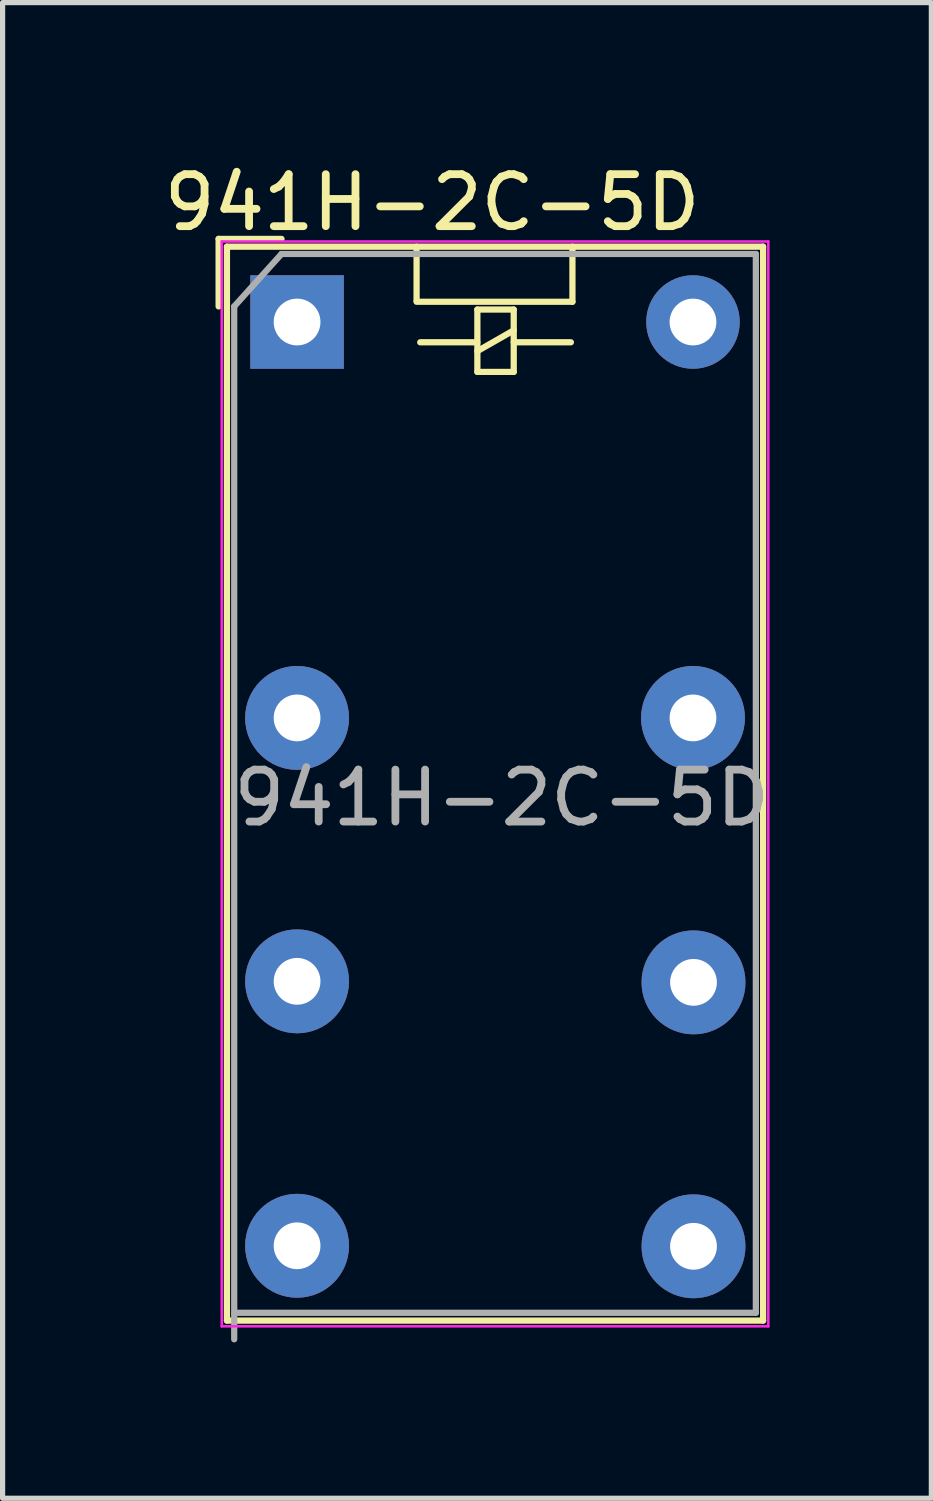
<source format=kicad_pcb>
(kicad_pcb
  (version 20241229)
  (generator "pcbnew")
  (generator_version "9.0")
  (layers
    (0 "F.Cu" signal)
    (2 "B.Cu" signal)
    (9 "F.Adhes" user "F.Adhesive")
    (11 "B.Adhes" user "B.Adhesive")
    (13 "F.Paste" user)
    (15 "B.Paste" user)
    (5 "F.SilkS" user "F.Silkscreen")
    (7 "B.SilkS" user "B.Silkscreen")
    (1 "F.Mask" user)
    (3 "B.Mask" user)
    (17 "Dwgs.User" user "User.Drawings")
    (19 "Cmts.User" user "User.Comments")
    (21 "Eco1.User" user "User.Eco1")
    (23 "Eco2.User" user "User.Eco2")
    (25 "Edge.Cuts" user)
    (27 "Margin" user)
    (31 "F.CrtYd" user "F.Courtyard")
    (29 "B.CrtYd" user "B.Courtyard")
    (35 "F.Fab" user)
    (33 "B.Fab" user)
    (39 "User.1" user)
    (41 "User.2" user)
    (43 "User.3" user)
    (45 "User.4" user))
  (footprint "941H-2C-5D"
    (layer "F.Cu")
    (at 2.668 3.148)
    (property "Reference" "941H-2C-5D" (at 2.6 -2.3 0) (layer "F.SilkS") (effects (font (size 1 1) (thickness 0.15))))
    (attr through_hole)
    (fp_line (start -1.51 -1.6) (end -0.3 -1.6) (stroke (width 0.12) (type solid)) (layer "F.SilkS"))
    (fp_line (start -1.51 -0.3) (end -1.51 -1.6) (stroke (width 0.12) (type solid)) (layer "F.SilkS"))
    (fp_line (start -1.35 -1.45) (end -1.35 19.22) (stroke (width 0.12) (type solid)) (layer "F.SilkS"))
    (fp_line (start -1.35 19.22) (end 8.97 19.22) (stroke (width 0.12) (type solid)) (layer "F.SilkS"))
    (fp_line (start 2.3 -1.45) (end 2.3 -0.41) (stroke (width 0.12) (type solid)) (layer "F.SilkS"))
    (fp_line (start 2.3 -0.39) (end 5.3 -0.39) (stroke (width 0.12) (type solid)) (layer "F.SilkS"))
    (fp_line (start 3.47 -0.24) (end 3.47 0.96) (stroke (width 0.12) (type solid)) (layer "F.SilkS"))
    (fp_line (start 3.47 0.39) (end 2.37 0.39) (stroke (width 0.12) (type solid)) (layer "F.SilkS"))
    (fp_line (start 3.47 0.56) (end 4.17 0.16) (stroke (width 0.12) (type solid)) (layer "F.SilkS"))
    (fp_line (start 3.47 0.96) (end 4.17 0.96) (stroke (width 0.12) (type solid)) (layer "F.SilkS"))
    (fp_line (start 4.17 -0.24) (end 3.47 -0.24) (stroke (width 0.12) (type solid)) (layer "F.SilkS"))
    (fp_line (start 4.17 0.39) (end 5.27 0.39) (stroke (width 0.12) (type solid)) (layer "F.SilkS"))
    (fp_line (start 4.17 0.96) (end 4.17 -0.24) (stroke (width 0.12) (type solid)) (layer "F.SilkS"))
    (fp_line (start 5.3 -0.39) (end 5.3 -1.45) (stroke (width 0.12) (type solid)) (layer "F.SilkS"))
    (fp_line (start 8.97 -1.45) (end -1.35 -1.45) (stroke (width 0.12) (type solid)) (layer "F.SilkS"))
    (fp_line (start 8.97 19.22) (end 8.97 -1.45) (stroke (width 0.12) (type solid)) (layer "F.SilkS"))
    (fp_line (start -1.45 -1.55) (end -1.45 19.33) (stroke (width 0.05) (type solid)) (layer "F.CrtYd"))
    (fp_line (start -1.45 -1.55) (end 9.07 -1.55) (stroke (width 0.05) (type solid)) (layer "F.CrtYd"))
    (fp_line (start 9.07 -1.55) (end 9.07 19.33) (stroke (width 0.05) (type solid)) (layer "F.CrtYd"))
    (fp_line (start 9.07 19.33) (end -1.45 19.33) (stroke (width 0.05) (type solid)) (layer "F.CrtYd"))
    (fp_line (start -1.21 -0.3) (end -1.21 19.58) (stroke (width 0.12) (type solid)) (layer "F.Fab"))
    (fp_line (start -1.21 -0.3) (end -0.3 -1.31) (stroke (width 0.12) (type solid)) (layer "F.Fab"))
    (fp_line (start -1.21 19.07) (end 8.83 19.07) (stroke (width 0.12) (type solid)) (layer "F.Fab"))
    (fp_line (start 8.83 -1.31) (end -0.3 -1.31) (stroke (width 0.12) (type solid)) (layer "F.Fab"))
    (fp_line (start 8.83 19.07) (end 8.83 -1.31) (stroke (width 0.12) (type solid)) (layer "F.Fab"))
    (fp_text user "${REFERENCE}" (at 3.94 9.16 0) (layer "F.Fab") (effects (font (size 1 1) (thickness 0.15))))
    (pad "1" thru_hole rect (at 0 0) (size 1.8 1.8) (drill 0.9) (layers "*.Cu" "*.Mask"))
    (pad "4" thru_hole circle (at 0 7.62) (size 2 2) (drill 0.9) (layers "*.Cu" "*.Mask"))
    (pad "6" thru_hole circle (at 0 12.69) (size 2 2) (drill 0.9) (layers "*.Cu" "*.Mask"))
    (pad "8" thru_hole circle (at 0 17.78) (size 2 2) (drill 0.9) (layers "*.Cu" "*.Mask"))
    (pad "9" thru_hole circle (at 7.63 17.79) (size 2 2) (drill 0.9) (layers "*.Cu" "*.Mask"))
    (pad "11" thru_hole circle (at 7.63 12.71) (size 2 2) (drill 0.9) (layers "*.Cu" "*.Mask"))
    (pad "13" thru_hole circle (at 7.62 7.62) (size 2 2) (drill 0.9) (layers "*.Cu" "*.Mask"))
    (pad "16" thru_hole circle (at 7.62 0) (size 1.8 1.8) (drill 0.9) (layers "*.Cu" "*.Mask")))
  (gr_rect
    (start -3 -3)
    (end 14.876 25.788)
    (stroke (width 0.1) (type default))
    (fill no)
    (layer "Edge.Cuts")))
</source>
